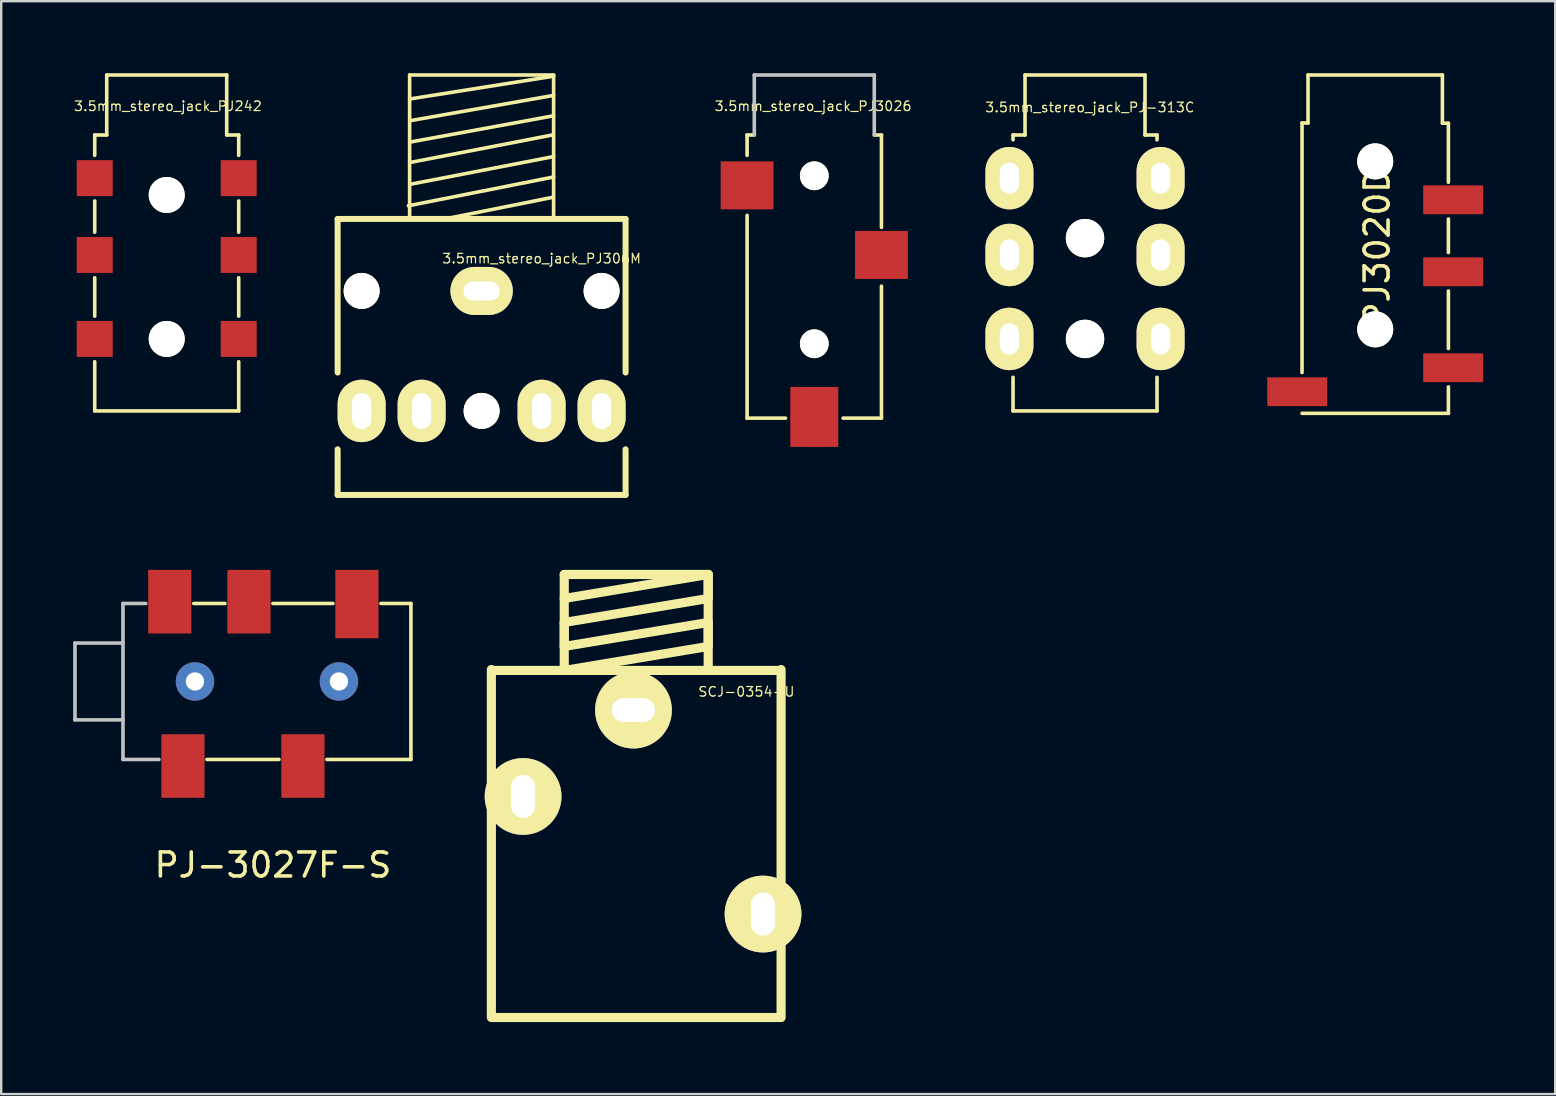
<source format=kicad_pcb>
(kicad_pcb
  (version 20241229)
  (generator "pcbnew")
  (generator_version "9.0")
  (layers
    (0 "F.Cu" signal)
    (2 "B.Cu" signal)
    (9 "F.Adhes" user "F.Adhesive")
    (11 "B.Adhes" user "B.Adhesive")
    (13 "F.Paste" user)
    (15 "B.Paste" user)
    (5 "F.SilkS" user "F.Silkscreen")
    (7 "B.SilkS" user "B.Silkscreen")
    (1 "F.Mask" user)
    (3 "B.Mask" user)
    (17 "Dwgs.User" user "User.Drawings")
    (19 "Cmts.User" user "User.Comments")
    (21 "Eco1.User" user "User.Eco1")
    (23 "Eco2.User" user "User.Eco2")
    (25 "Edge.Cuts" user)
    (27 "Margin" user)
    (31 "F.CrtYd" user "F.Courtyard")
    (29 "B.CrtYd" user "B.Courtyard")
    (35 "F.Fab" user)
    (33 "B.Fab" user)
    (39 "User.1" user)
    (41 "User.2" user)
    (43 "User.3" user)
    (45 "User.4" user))
  (footprint "3.5mm_stereo_jack_PJ-313C"
    (layer "F.Cu")
    (at 42.168 4.375)
    (property "Reference" "3.5mm_stereo_jack_PJ-313C" (at 0.2 -2.95 0) (layer "F.SilkS") (effects (font (size 0.399 0.399) (thickness 0.051))))
    (attr through_hole)
    (fp_line (start -3 -1.8) (end -2.5 -1.8) (stroke (width 0.15) (type solid)) (layer "F.SilkS"))
    (fp_line (start -3 -1.6) (end -3 -1.8) (stroke (width 0.15) (type solid)) (layer "F.SilkS"))
    (fp_line (start -3 8.3) (end -3 9.7) (stroke (width 0.15) (type solid)) (layer "F.SilkS"))
    (fp_line (start -3 9.7) (end 3 9.7) (stroke (width 0.15) (type solid)) (layer "F.SilkS"))
    (fp_line (start -2.5 -4.3) (end 2.5 -4.3) (stroke (width 0.15) (type solid)) (layer "F.SilkS"))
    (fp_line (start -2.5 -1.8) (end -2.5 -4.3) (stroke (width 0.15) (type solid)) (layer "F.SilkS"))
    (fp_line (start 2.5 -4.3) (end 2.5 -1.8) (stroke (width 0.15) (type solid)) (layer "F.SilkS"))
    (fp_line (start 2.5 -1.8) (end 3 -1.8) (stroke (width 0.15) (type solid)) (layer "F.SilkS"))
    (fp_line (start 3 -1.8) (end 3 -1.6) (stroke (width 0.15) (type solid)) (layer "F.SilkS"))
    (fp_line (start 3 9.7) (end 3 8.3) (stroke (width 0.15) (type solid)) (layer "F.SilkS"))
    (pad "" np_thru_hole circle (at 0 2.5) (size 1.6 1.6) (drill 1.6) (layers "*.Cu" "*.Mask" "F.SilkS"))
    (pad "" np_thru_hole circle (at 0 6.7) (size 1.6 1.6) (drill 1.6) (layers "*.Cu" "*.Mask" "F.SilkS"))
    (pad "1" thru_hole oval (at -3.15 0) (size 2 2.6) (drill oval 0.8 1.3) (layers "*.Cu" "*.Mask" "F.SilkS"))
    (pad "1" thru_hole oval (at 3.15 0) (size 2 2.6) (drill oval 0.8 1.3) (layers "*.Cu" "*.Mask" "F.SilkS"))
    (pad "2" thru_hole oval (at -3.15 3.2) (size 2 2.6) (drill oval 0.8 1.3) (layers "*.Cu" "*.Mask" "F.SilkS"))
    (pad "2" thru_hole oval (at 3.15 3.2) (size 2 2.6) (drill oval 0.8 1.3) (layers "*.Cu" "*.Mask" "F.SilkS"))
    (pad "5" thru_hole oval (at -3.15 6.7) (size 2 2.6) (drill oval 0.8 1.3) (layers "*.Cu" "*.Mask" "F.SilkS"))
    (pad "5" thru_hole oval (at 3.15 6.7) (size 2 2.6) (drill oval 0.8 1.3) (layers "*.Cu" "*.Mask" "F.SilkS")))
  (footprint "PJ3020D"
    (layer "F.Cu")
    (at 54.262 2.075)
    (property "Reference" "PJ3020D" (at 0.08 5.19 90) (layer "F.SilkS") (effects (font (size 1 1) (thickness 0.15))))
    (attr through_hole)
    (fp_line (start -3.05 0) (end -3.05 10.4) (stroke (width 0.15) (type solid)) (layer "F.SilkS"))
    (fp_line (start -2.8 -2) (end -2.8 0) (stroke (width 0.15) (type solid)) (layer "F.SilkS"))
    (fp_line (start -2.8 0) (end -3.05 0) (stroke (width 0.15) (type solid)) (layer "F.SilkS"))
    (fp_line (start 2.8 -2) (end -2.8 -2) (stroke (width 0.15) (type solid)) (layer "F.SilkS"))
    (fp_line (start 2.8 0) (end 2.8 -2) (stroke (width 0.15) (type solid)) (layer "F.SilkS"))
    (fp_line (start 3.05 0.01) (end 2.8 0.01) (stroke (width 0.15) (type solid)) (layer "F.SilkS"))
    (fp_line (start 3.05 2.47) (end 3.05 0.01) (stroke (width 0.15) (type solid)) (layer "F.SilkS"))
    (fp_line (start 3.05 5.4) (end 3.05 4) (stroke (width 0.15) (type solid)) (layer "F.SilkS"))
    (fp_line (start 3.05 7) (end 3.05 9.4) (stroke (width 0.15) (type solid)) (layer "F.SilkS"))
    (fp_line (start 3.05 11) (end 3.05 12.1) (stroke (width 0.15) (type solid)) (layer "F.SilkS"))
    (fp_line (start 3.05 12.1) (end -3.05 12.1) (stroke (width 0.15) (type solid)) (layer "F.SilkS"))
    (pad "" np_thru_hole circle (at 0 1.6) (size 1.5 1.5) (drill 1.5) (layers "*.Cu" "*.Mask" "F.SilkS"))
    (pad "" np_thru_hole circle (at 0 8.6) (size 1.5 1.5) (drill 1.5) (layers "*.Cu" "*.Mask" "F.SilkS"))
    (pad "1" smd rect (at 3.25 3.2) (size 2.5 1.2) (layers "F.Cu" "F.Mask" "F.Paste"))
    (pad "2" smd rect (at 3.25 6.2) (size 2.5 1.2) (layers "F.Cu" "F.Mask" "F.Paste"))
    (pad "5" smd rect (at 3.25 10.2) (size 2.5 1.2) (layers "F.Cu" "F.Mask" "F.Paste"))
    (pad "6" smd rect (at -3.25 11.2) (size 2.5 1.2) (layers "F.Cu" "F.Mask" "F.Paste")))
  (footprint "SCJ-0354-U"
    (layer "F.Cu")
    (at 23.35 24.843)
    (property "Reference" "SCJ-0354-U" (at 4.707 0.935 0) (layer "F.SilkS") (effects (font (size 0.399 0.399) (thickness 0.051))))
    (attr through_hole)
    (fp_line (start -5.923 14.511) (end -5.923 0.01) (stroke (width 0.381) (type solid)) (layer "F.SilkS"))
    (fp_line (start -5.885 0.048) (end 6.114 0.048) (stroke (width 0.381) (type solid)) (layer "F.SilkS"))
    (fp_line (start -2.885 -3.952) (end -2.885 0.048) (stroke (width 0.381) (type solid)) (layer "F.SilkS"))
    (fp_line (start -2.885 -1.951) (end 3.114 -2.951) (stroke (width 0.381) (type solid)) (layer "F.SilkS"))
    (fp_line (start -2.885 -0.953) (end -2.885 -1.951) (stroke (width 0.381) (type solid)) (layer "F.SilkS"))
    (fp_line (start -2.885 0.048) (end 3.114 -0.953) (stroke (width 0.381) (type solid)) (layer "F.SilkS"))
    (fp_line (start 3.114 -3.952) (end -2.885 -3.952) (stroke (width 0.381) (type solid)) (layer "F.SilkS"))
    (fp_line (start 3.114 -3.952) (end -2.885 -2.951) (stroke (width 0.381) (type solid)) (layer "F.SilkS"))
    (fp_line (start 3.114 -2.951) (end 3.114 -3.952) (stroke (width 0.381) (type solid)) (layer "F.SilkS"))
    (fp_line (start 3.114 -1.951) (end -2.885 -0.953) (stroke (width 0.381) (type solid)) (layer "F.SilkS"))
    (fp_line (start 3.114 -0.953) (end 3.114 -1.951) (stroke (width 0.381) (type solid)) (layer "F.SilkS"))
    (fp_line (start 3.114 0.048) (end 3.114 -3.952) (stroke (width 0.381) (type solid)) (layer "F.SilkS"))
    (fp_line (start 6.114 14.511) (end -5.885 14.511) (stroke (width 0.381) (type solid)) (layer "F.SilkS"))
    (fp_line (start 6.152 0.01) (end 6.152 14.511) (stroke (width 0.381) (type solid)) (layer "F.SilkS"))
    (pad "1" thru_hole circle (at 0 1.7) (size 3.2 3.2) (drill oval 1.8 1) (layers "*.Cu" "*.Mask" "F.SilkS"))
    (pad "2" thru_hole circle (at 5.4 10.2) (size 3.2 3.2) (drill oval 1 1.8) (layers "*.Cu" "*.Mask" "F.SilkS"))
    (pad "5" thru_hole circle (at -4.6 5.3) (size 3.2 3.2) (drill oval 1 1.8) (layers "*.Cu" "*.Mask" "F.SilkS")))
  (footprint "3.5mm_stereo_jack_PJ306M"
    (layer "F.Cu")
    (at 17.021 9.075)
    (property "Reference" "3.5mm_stereo_jack_PJ306M" (at 2.5 -1.35 0) (layer "F.SilkS") (effects (font (size 0.399 0.399) (thickness 0.051))))
    (attr through_hole)
    (fp_line (start -6 -3) (end 6 -3) (stroke (width 0.25) (type solid)) (layer "F.SilkS"))
    (fp_line (start -6 3.4) (end -6 -3) (stroke (width 0.25) (type solid)) (layer "F.SilkS"))
    (fp_line (start -6 8.5) (end -6 6.6) (stroke (width 0.25) (type solid)) (layer "F.SilkS"))
    (fp_line (start -3 -9) (end 3 -9) (stroke (width 0.15) (type solid)) (layer "F.SilkS"))
    (fp_line (start -3 -6.2) (end 3 -7.3) (stroke (width 0.15) (type solid)) (layer "F.SilkS"))
    (fp_line (start -3 -3) (end -3 -9) (stroke (width 0.15) (type solid)) (layer "F.SilkS"))
    (fp_line (start -2.95 -4.45) (end 3 -5.6) (stroke (width 0.15) (type solid)) (layer "F.SilkS"))
    (fp_line (start -1.55 -3) (end 2.95 -3.9) (stroke (width 0.15) (type solid)) (layer "F.SilkS"))
    (fp_line (start 2.95 -6.5) (end -3 -5.35) (stroke (width 0.15) (type solid)) (layer "F.SilkS"))
    (fp_line (start 3 -9) (end 3 -3) (stroke (width 0.15) (type solid)) (layer "F.SilkS"))
    (fp_line (start 3 -8.95) (end -3 -8) (stroke (width 0.15) (type solid)) (layer "F.SilkS"))
    (fp_line (start 3 -8.15) (end -2.95 -7.1) (stroke (width 0.15) (type solid)) (layer "F.SilkS"))
    (fp_line (start 3 -4.75) (end -3.05 -3.55) (stroke (width 0.15) (type solid)) (layer "F.SilkS"))
    (fp_line (start 6 3.4) (end 6 -3) (stroke (width 0.25) (type solid)) (layer "F.SilkS"))
    (fp_line (start 6 8.5) (end -6 8.5) (stroke (width 0.25) (type solid)) (layer "F.SilkS"))
    (fp_line (start 6 8.5) (end 6 6.6) (stroke (width 0.25) (type solid)) (layer "F.SilkS"))
    (pad "" np_thru_hole circle (at -5 0) (size 1.5 1.5) (drill 1.5) (layers "*.Cu" "*.Mask" "F.SilkS"))
    (pad "" np_thru_hole circle (at 0 5) (size 1.5 1.5) (drill 1.5) (layers "*.Cu" "*.Mask" "F.SilkS"))
    (pad "" np_thru_hole circle (at 5 0) (size 1.5 1.5) (drill 1.5) (layers "*.Cu" "*.Mask" "F.SilkS"))
    (pad "1" thru_hole oval (at 0 0) (size 2.6 2) (drill oval 1.5 0.8) (layers "*.Cu" "*.Mask" "F.SilkS"))
    (pad "2" thru_hole oval (at 5 5) (size 2 2.6) (drill oval 0.8 1.5) (layers "*.Cu" "*.Mask" "F.SilkS"))
    (pad "3" thru_hole oval (at 2.5 5) (size 2 2.6) (drill oval 0.8 1.5) (layers "*.Cu" "*.Mask" "F.SilkS"))
    (pad "4" thru_hole oval (at -2.5 5) (size 2 2.6) (drill oval 0.8 1.5) (layers "*.Cu" "*.Mask" "F.SilkS"))
    (pad "5" thru_hole oval (at -5 5) (size 2 2.6) (drill oval 0.8 1.5) (layers "*.Cu" "*.Mask" "F.SilkS")))
  (footprint "PJ-3027F-S"
    (layer "F.Cu")
    (at 2.075 25.35)
    (property "Reference" "PJ-3027F-S" (at 6.25 7.65 0) (layer "F.SilkS") (effects (font (size 1 1) (thickness 0.15))))
    (attr through_hole)
    (fp_line (start 2.95 -3.25) (end 4.25 -3.25) (stroke (width 0.15) (type solid)) (layer "F.SilkS"))
    (fp_line (start 3.5 3.25) (end 6.5 3.25) (stroke (width 0.15) (type solid)) (layer "F.SilkS"))
    (fp_line (start 6.25 -3.25) (end 8.75 -3.25) (stroke (width 0.15) (type solid)) (layer "F.SilkS"))
    (fp_line (start 8.5 3.25) (end 12 3.25) (stroke (width 0.15) (type solid)) (layer "F.SilkS"))
    (fp_line (start 10.75 -3.25) (end 12 -3.25) (stroke (width 0.15) (type solid)) (layer "F.SilkS"))
    (fp_line (start 12 -3.25) (end 12 3.25) (stroke (width 0.15) (type solid)) (layer "F.SilkS"))
    (fp_line (start -2 -1.6) (end -2 1.6) (stroke (width 0.15) (type solid)) (layer "Dwgs.User"))
    (fp_line (start 0 -3.25) (end 0 3.25) (stroke (width 0.15) (type solid)) (layer "Dwgs.User"))
    (fp_line (start 0 -3.25) (end 0.95 -3.25) (stroke (width 0.15) (type solid)) (layer "Dwgs.User"))
    (fp_line (start 0 -1.6) (end -2 -1.6) (stroke (width 0.15) (type solid)) (layer "Dwgs.User"))
    (fp_line (start 0 1.6) (end -2 1.6) (stroke (width 0.15) (type solid)) (layer "Dwgs.User"))
    (fp_line (start 0 3.25) (end 1.5 3.25) (stroke (width 0.15) (type solid)) (layer "Dwgs.User"))
    (pad "" np_thru_hole circle (at 3 0) (size 1.6 1.6) (drill 0.762) (layers "*.Cu" "*.Mask"))
    (pad "" np_thru_hole circle (at 9 0) (size 1.6 1.6) (drill 0.762) (layers "*.Cu" "*.Mask"))
    (pad "1" smd rect (at 2.5 2.2) (size 1.8 2.65) (drill (offset 0 1.325)) (layers "F.Cu" "F.Mask" "F.Paste"))
    (pad "2" smd rect (at 9.75 -1.8) (size 1.8 2.85) (drill (offset 0 -1.425)) (layers "F.Cu" "F.Mask" "F.Paste"))
    (pad "3" smd rect (at 5.25 -2) (size 1.8 2.65) (drill (offset 0 -1.325)) (layers "F.Cu" "F.Mask" "F.Paste"))
    (pad "4" smd rect (at 7.5 2.2) (size 1.8 2.65) (drill (offset 0 1.325)) (layers "F.Cu" "F.Mask" "F.Paste"))
    (pad "5" smd rect (at 1.95 -2) (size 1.8 2.65) (drill (offset 0 -1.325)) (layers "F.Cu" "F.Mask" "F.Paste")))
  (footprint "3.5mm_stereo_jack_PJ3026"
    (layer "F.Cu")
    (at 30.885 4.675)
    (property "Reference" "3.5mm_stereo_jack_PJ3026" (at -0.05 -3.3 0) (layer "F.SilkS") (effects (font (size 0.399 0.399) (thickness 0.051))))
    (attr through_hole)
    (fp_line (start -2.8 -2.1) (end -2.8 -1.25) (stroke (width 0.15) (type solid)) (layer "F.SilkS"))
    (fp_line (start -2.8 1.25) (end -2.8 9.7) (stroke (width 0.15) (type solid)) (layer "F.SilkS"))
    (fp_line (start -2.8 9.7) (end -1.2 9.7) (stroke (width 0.15) (type solid)) (layer "F.SilkS"))
    (fp_line (start -2.5 -2.1) (end -2.8 -2.1) (stroke (width 0.15) (type solid)) (layer "F.SilkS"))
    (fp_line (start 1.2 9.7) (end 2.8 9.7) (stroke (width 0.15) (type solid)) (layer "F.SilkS"))
    (fp_line (start 2.8 -2.1) (end 2.5 -2.1) (stroke (width 0.15) (type solid)) (layer "F.SilkS"))
    (fp_line (start 2.8 1.75) (end 2.8 -2.1) (stroke (width 0.15) (type solid)) (layer "F.SilkS"))
    (fp_line (start 2.8 9.7) (end 2.8 4.2) (stroke (width 0.15) (type solid)) (layer "F.SilkS"))
    (fp_line (start -2.5 -4.6) (end -2.5 -2.1) (stroke (width 0.15) (type solid)) (layer "Dwgs.User"))
    (fp_line (start 2.5 -4.6) (end -2.5 -4.6) (stroke (width 0.15) (type solid)) (layer "Dwgs.User"))
    (fp_line (start 2.5 -2.1) (end 2.5 -4.6) (stroke (width 0.15) (type solid)) (layer "Dwgs.User"))
    (pad "" np_thru_hole circle (at 0 -0.4) (size 1.2 1.2) (drill 1.2) (layers "*.Cu" "*.Mask" "F.SilkS"))
    (pad "" np_thru_hole circle (at 0 6.6) (size 1.2 1.2) (drill 1.2) (layers "*.Cu" "*.Mask" "F.SilkS"))
    (pad "1" smd rect (at -2.8 0) (size 2.2 2) (layers "F.Cu" "F.Mask" "F.Paste"))
    (pad "2" smd rect (at 2.8 2.9) (size 2.2 2) (layers "F.Cu" "F.Mask" "F.Paste"))
    (pad "5" smd rect (at 0 9.65) (size 2 2.5) (layers "F.Cu" "F.Mask" "F.Paste")))
  (footprint "3.5mm_stereo_jack_PJ242"
    (layer "F.Cu")
    (at 3.898 4.375)
    (property "Reference" "3.5mm_stereo_jack_PJ242" (at 0.05 -3 0) (layer "F.SilkS") (effects (font (size 0.399 0.399) (thickness 0.051))))
    (attr through_hole)
    (fp_line (start -3 -1.8) (end -2.5 -1.8) (stroke (width 0.15) (type solid)) (layer "F.SilkS"))
    (fp_line (start -3 -0.95) (end -3 -1.8) (stroke (width 0.15) (type solid)) (layer "F.SilkS"))
    (fp_line (start -3 2.25) (end -3 0.95) (stroke (width 0.15) (type solid)) (layer "F.SilkS"))
    (fp_line (start -3 5.75) (end -3 4.15) (stroke (width 0.15) (type solid)) (layer "F.SilkS"))
    (fp_line (start -3 9.7) (end -3 7.65) (stroke (width 0.15) (type solid)) (layer "F.SilkS"))
    (fp_line (start -2.5 -4.3) (end 2.5 -4.3) (stroke (width 0.15) (type solid)) (layer "F.SilkS"))
    (fp_line (start -2.5 -1.8) (end -2.5 -4.3) (stroke (width 0.15) (type solid)) (layer "F.SilkS"))
    (fp_line (start 2.5 -4.3) (end 2.5 -1.8) (stroke (width 0.15) (type solid)) (layer "F.SilkS"))
    (fp_line (start 2.5 -1.8) (end 3 -1.8) (stroke (width 0.15) (type solid)) (layer "F.SilkS"))
    (fp_line (start 3 -1.8) (end 3 -0.95) (stroke (width 0.15) (type solid)) (layer "F.SilkS"))
    (fp_line (start 3 0.95) (end 3 2.25) (stroke (width 0.15) (type solid)) (layer "F.SilkS"))
    (fp_line (start 3 4.15) (end 3 5.75) (stroke (width 0.15) (type solid)) (layer "F.SilkS"))
    (fp_line (start 3 7.65) (end 3 9.7) (stroke (width 0.15) (type solid)) (layer "F.SilkS"))
    (fp_line (start 3 9.7) (end -3 9.7) (stroke (width 0.15) (type solid)) (layer "F.SilkS"))
    (pad "" np_thru_hole circle (at 0 0.7) (size 1.5 1.5) (drill 1.5) (layers "*.Cu" "*.Mask" "F.SilkS"))
    (pad "" np_thru_hole circle (at 0 6.7) (size 1.5 1.5) (drill 1.5) (layers "*.Cu" "*.Mask" "F.SilkS"))
    (pad "1" smd rect (at -3 0) (size 1.5 1.5) (layers "F.Cu" "F.Mask" "F.Paste"))
    (pad "1" smd rect (at 3 0) (size 1.5 1.5) (layers "F.Cu" "F.Mask" "F.Paste"))
    (pad "2" smd rect (at -3 3.2) (size 1.5 1.5) (layers "F.Cu" "F.Mask" "F.Paste"))
    (pad "2" smd rect (at 3 3.2) (size 1.5 1.5) (layers "F.Cu" "F.Mask" "F.Paste"))
    (pad "5" smd rect (at -3 6.7) (size 1.5 1.5) (layers "F.Cu" "F.Mask" "F.Paste"))
    (pad "5" smd rect (at 3 6.7) (size 1.5 1.5) (layers "F.Cu" "F.Mask" "F.Paste")))
  (gr_rect
    (start -3 -3)
    (end 61.762 42.544)
    (stroke (width 0.1) (type default))
    (fill no)
    (layer "Edge.Cuts")))
</source>
